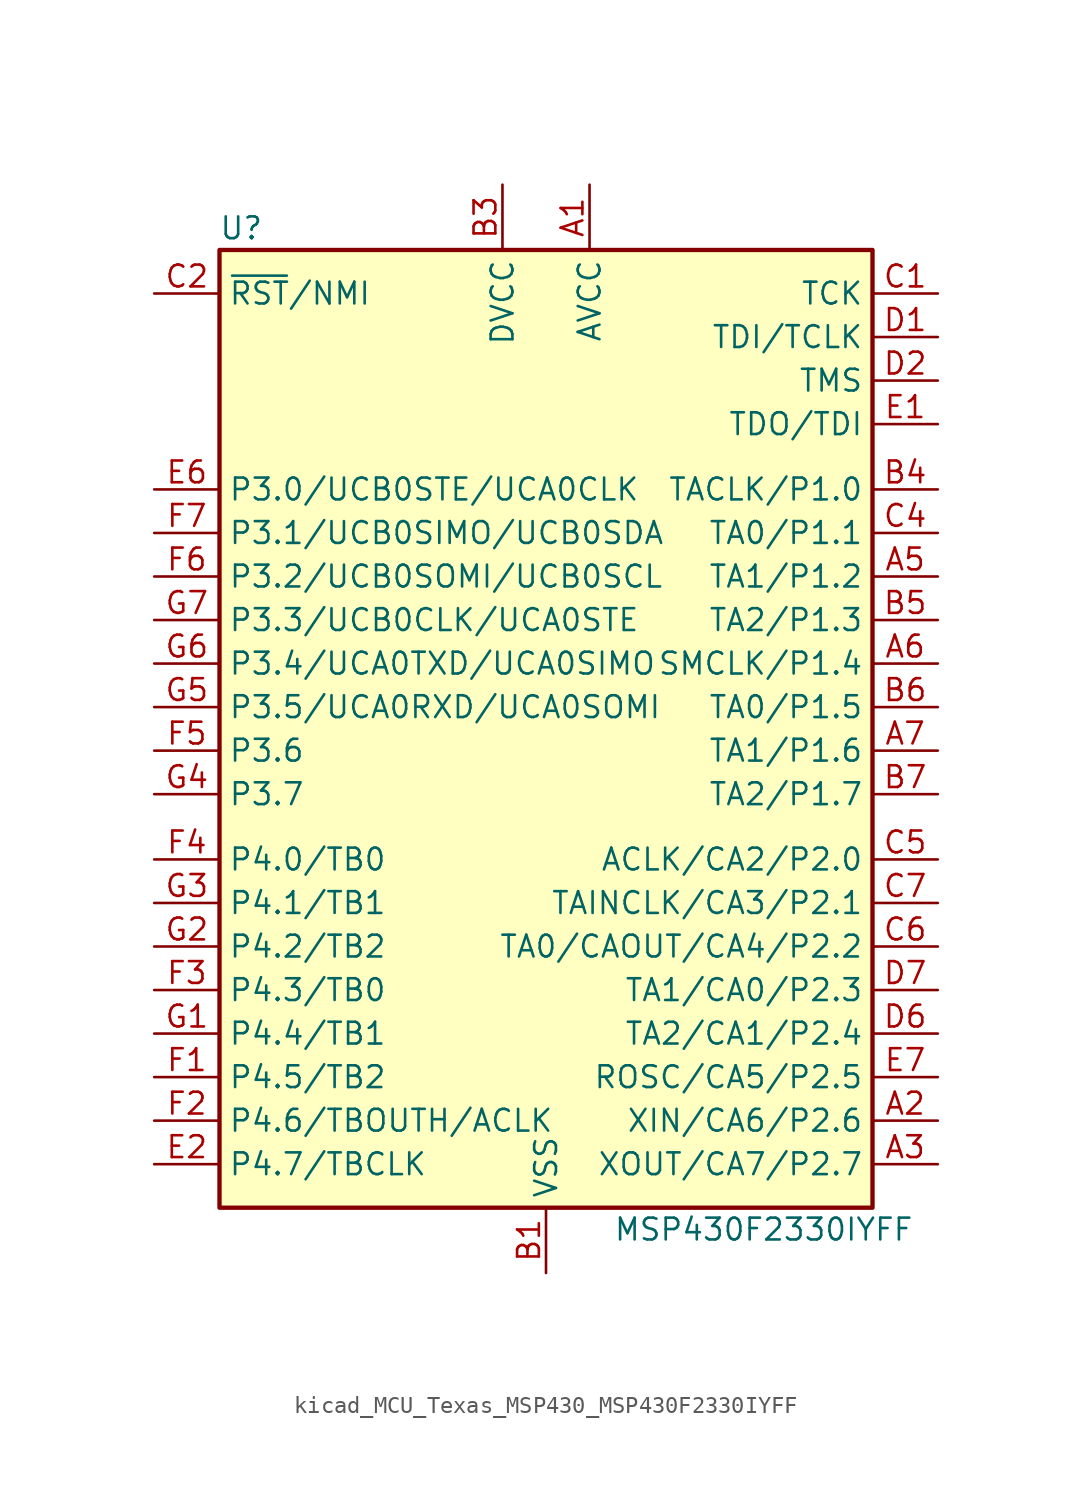
<source format=kicad_sym>
(kicad_symbol_lib
  (version 20220914)
  (generator kicad_symbol_editor)
  (symbol "kicad_MCU_Texas_MSP430_MSP430F2330IYFF"
    (property "Reference" "U"
      (at -17.78 29.21 0)
      (effects (font (size 1.27 1.27))))
    (property "Value" "MSP430F2330IYFF"
      (at 12.7 -29.21 0)
      (effects (font (size 1.27 1.27))))
    (symbol "kicad_MCU_Texas_MSP430_MSP430F2330IYFF_0_1"
      (rectangle (start -19.05 27.94) (end 19.05 -27.94) (stroke (width 0.254) (type default)) (fill (type background))))
    (symbol "kicad_MCU_Texas_MSP430_MSP430F2330IYFF_1_1"
      (pin power_in line (at 2.54 31.75 270) (length 3.81) (name "AVCC" (effects (font (size 1.27 1.27)))) (number "A1" (effects (font (size 1.27 1.27)))))
      (pin bidirectional line (at 22.86 -22.86 180) (length 3.81) (name "XIN/CA6/P2.6" (effects (font (size 1.27 1.27)))) (number "A2" (effects (font (size 1.27 1.27)))))
      (pin bidirectional line (at 22.86 -25.4 180) (length 3.81) (name "XOUT/CA7/P2.7" (effects (font (size 1.27 1.27)))) (number "A3" (effects (font (size 1.27 1.27)))))
      (pin bidirectional line (at 22.86 8.89 180) (length 3.81) (name "TA1/P1.2" (effects (font (size 1.27 1.27)))) (number "A5" (effects (font (size 1.27 1.27)))))
      (pin bidirectional line (at 22.86 3.81 180) (length 3.81) (name "SMCLK/P1.4" (effects (font (size 1.27 1.27)))) (number "A6" (effects (font (size 1.27 1.27)))))
      (pin bidirectional line (at 22.86 -1.27 180) (length 3.81) (name "TA1/P1.6" (effects (font (size 1.27 1.27)))) (number "A7" (effects (font (size 1.27 1.27)))))
      (pin power_in line (at 0 -31.75 90) (length 3.81) (name "VSS" (effects (font (size 1.27 1.27)))) (number "B1" (effects (font (size 1.27 1.27)))))
      (pin power_in line (at -2.54 31.75 270) (length 3.81) (name "DVCC" (effects (font (size 1.27 1.27)))) (number "B3" (effects (font (size 1.27 1.27)))))
      (pin bidirectional line (at 22.86 13.97 180) (length 3.81) (name "TACLK/P1.0" (effects (font (size 1.27 1.27)))) (number "B4" (effects (font (size 1.27 1.27)))))
      (pin bidirectional line (at 22.86 6.35 180) (length 3.81) (name "TA2/P1.3" (effects (font (size 1.27 1.27)))) (number "B5" (effects (font (size 1.27 1.27)))))
      (pin bidirectional line (at 22.86 1.27 180) (length 3.81) (name "TA0/P1.5" (effects (font (size 1.27 1.27)))) (number "B6" (effects (font (size 1.27 1.27)))))
      (pin bidirectional line (at 22.86 -3.81 180) (length 3.81) (name "TA2/P1.7" (effects (font (size 1.27 1.27)))) (number "B7" (effects (font (size 1.27 1.27)))))
      (pin input line (at 22.86 25.4 180) (length 3.81) (name "TCK" (effects (font (size 1.27 1.27)))) (number "C1" (effects (font (size 1.27 1.27)))))
      (pin input line (at -22.86 25.4 0) (length 3.81) (name "~{RST}/NMI" (effects (font (size 1.27 1.27)))) (number "C2" (effects (font (size 1.27 1.27)))))
      (pin bidirectional line (at 22.86 11.43 180) (length 3.81) (name "TA0/P1.1" (effects (font (size 1.27 1.27)))) (number "C4" (effects (font (size 1.27 1.27)))))
      (pin bidirectional line (at 22.86 -7.62 180) (length 3.81) (name "ACLK/CA2/P2.0" (effects (font (size 1.27 1.27)))) (number "C5" (effects (font (size 1.27 1.27)))))
      (pin bidirectional line (at 22.86 -12.7 180) (length 3.81) (name "TA0/CAOUT/CA4/P2.2" (effects (font (size 1.27 1.27)))) (number "C6" (effects (font (size 1.27 1.27)))))
      (pin bidirectional line (at 22.86 -10.16 180) (length 3.81) (name "TAINCLK/CA3/P2.1" (effects (font (size 1.27 1.27)))) (number "C7" (effects (font (size 1.27 1.27)))))
      (pin input line (at 22.86 22.86 180) (length 3.81) (name "TDI/TCLK" (effects (font (size 1.27 1.27)))) (number "D1" (effects (font (size 1.27 1.27)))))
      (pin input line (at 22.86 20.32 180) (length 3.81) (name "TMS" (effects (font (size 1.27 1.27)))) (number "D2" (effects (font (size 1.27 1.27)))))
      (pin bidirectional line (at 22.86 -17.78 180) (length 3.81) (name "TA2/CA1/P2.4" (effects (font (size 1.27 1.27)))) (number "D6" (effects (font (size 1.27 1.27)))))
      (pin bidirectional line (at 22.86 -15.24 180) (length 3.81) (name "TA1/CA0/P2.3" (effects (font (size 1.27 1.27)))) (number "D7" (effects (font (size 1.27 1.27)))))
      (pin bidirectional line (at 22.86 17.78 180) (length 3.81) (name "TDO/TDI" (effects (font (size 1.27 1.27)))) (number "E1" (effects (font (size 1.27 1.27)))))
      (pin bidirectional line (at -22.86 -25.4 0) (length 3.81) (name "P4.7/TBCLK" (effects (font (size 1.27 1.27)))) (number "E2" (effects (font (size 1.27 1.27)))))
      (pin bidirectional line (at -22.86 13.97 0) (length 3.81) (name "P3.0/UCB0STE/UCA0CLK" (effects (font (size 1.27 1.27)))) (number "E6" (effects (font (size 1.27 1.27)))))
      (pin bidirectional line (at 22.86 -20.32 180) (length 3.81) (name "ROSC/CA5/P2.5" (effects (font (size 1.27 1.27)))) (number "E7" (effects (font (size 1.27 1.27)))))
      (pin bidirectional line (at -22.86 -20.32 0) (length 3.81) (name "P4.5/TB2" (effects (font (size 1.27 1.27)))) (number "F1" (effects (font (size 1.27 1.27)))))
      (pin bidirectional line (at -22.86 -22.86 0) (length 3.81) (name "P4.6/TBOUTH/ACLK" (effects (font (size 1.27 1.27)))) (number "F2" (effects (font (size 1.27 1.27)))))
      (pin bidirectional line (at -22.86 -15.24 0) (length 3.81) (name "P4.3/TB0" (effects (font (size 1.27 1.27)))) (number "F3" (effects (font (size 1.27 1.27)))))
      (pin bidirectional line (at -22.86 -7.62 0) (length 3.81) (name "P4.0/TB0" (effects (font (size 1.27 1.27)))) (number "F4" (effects (font (size 1.27 1.27)))))
      (pin bidirectional line (at -22.86 -1.27 0) (length 3.81) (name "P3.6" (effects (font (size 1.27 1.27)))) (number "F5" (effects (font (size 1.27 1.27)))))
      (pin bidirectional line (at -22.86 8.89 0) (length 3.81) (name "P3.2/UCB0SOMI/UCB0SCL" (effects (font (size 1.27 1.27)))) (number "F6" (effects (font (size 1.27 1.27)))))
      (pin bidirectional line (at -22.86 11.43 0) (length 3.81) (name "P3.1/UCB0SIMO/UCB0SDA" (effects (font (size 1.27 1.27)))) (number "F7" (effects (font (size 1.27 1.27)))))
      (pin bidirectional line (at -22.86 -17.78 0) (length 3.81) (name "P4.4/TB1" (effects (font (size 1.27 1.27)))) (number "G1" (effects (font (size 1.27 1.27)))))
      (pin bidirectional line (at -22.86 -12.7 0) (length 3.81) (name "P4.2/TB2" (effects (font (size 1.27 1.27)))) (number "G2" (effects (font (size 1.27 1.27)))))
      (pin bidirectional line (at -22.86 -10.16 0) (length 3.81) (name "P4.1/TB1" (effects (font (size 1.27 1.27)))) (number "G3" (effects (font (size 1.27 1.27)))))
      (pin bidirectional line (at -22.86 -3.81 0) (length 3.81) (name "P3.7" (effects (font (size 1.27 1.27)))) (number "G4" (effects (font (size 1.27 1.27)))))
      (pin bidirectional line (at -22.86 1.27 0) (length 3.81) (name "P3.5/UCA0RXD/UCA0SOMI" (effects (font (size 1.27 1.27)))) (number "G5" (effects (font (size 1.27 1.27)))))
      (pin bidirectional line (at -22.86 3.81 0) (length 3.81) (name "P3.4/UCA0TXD/UCA0SIMO" (effects (font (size 1.27 1.27)))) (number "G6" (effects (font (size 1.27 1.27)))))
      (pin bidirectional line (at -22.86 6.35 0) (length 3.81) (name "P3.3/UCB0CLK/UCA0STE" (effects (font (size 1.27 1.27)))) (number "G7" (effects (font (size 1.27 1.27))))))))
</source>
